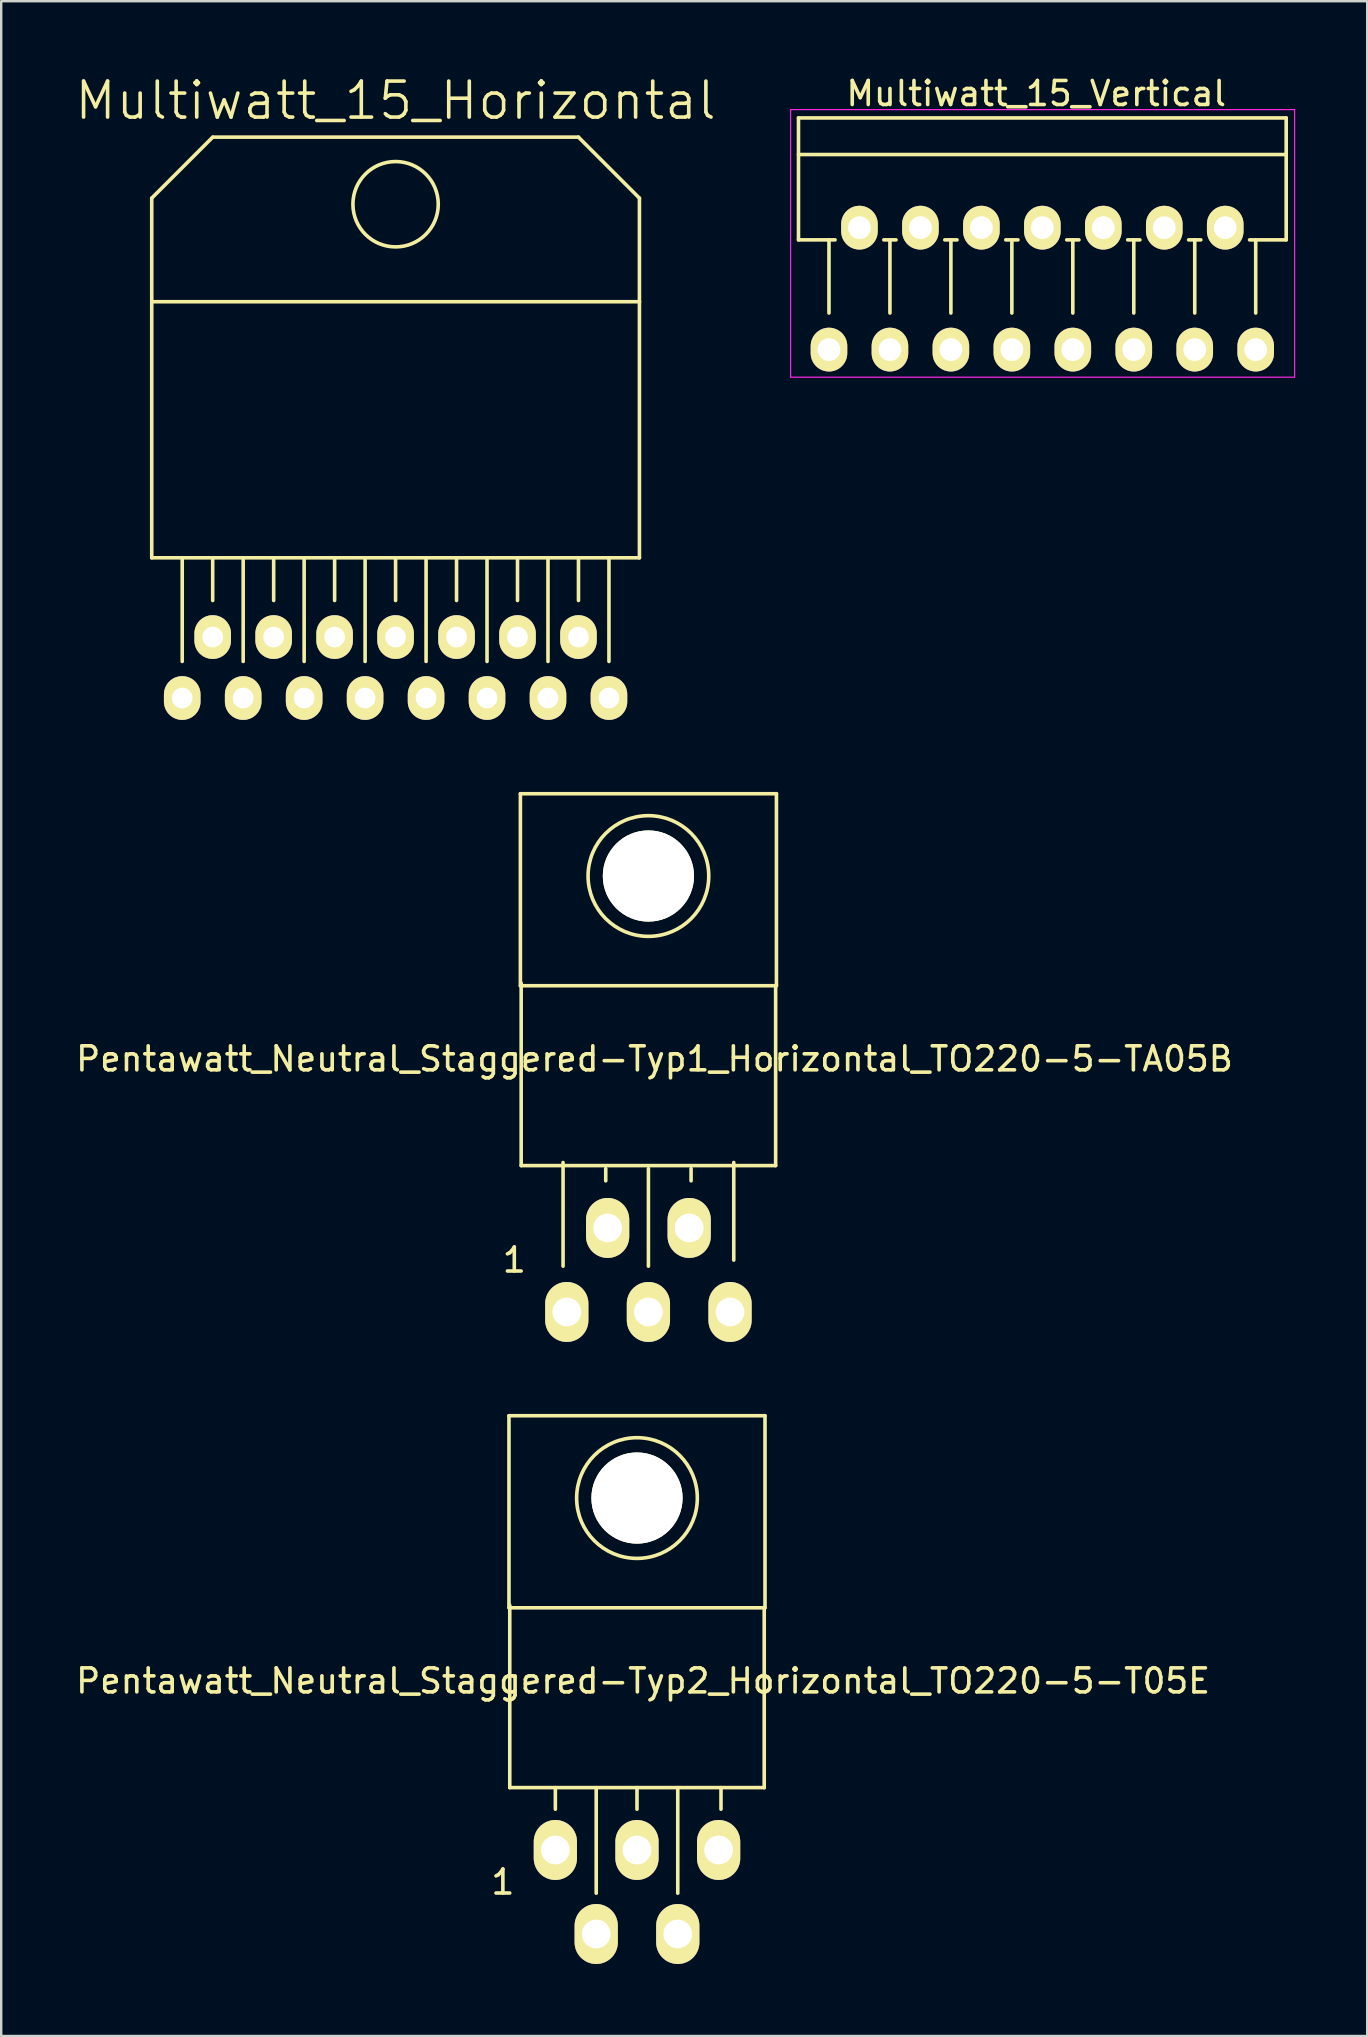
<source format=kicad_pcb>
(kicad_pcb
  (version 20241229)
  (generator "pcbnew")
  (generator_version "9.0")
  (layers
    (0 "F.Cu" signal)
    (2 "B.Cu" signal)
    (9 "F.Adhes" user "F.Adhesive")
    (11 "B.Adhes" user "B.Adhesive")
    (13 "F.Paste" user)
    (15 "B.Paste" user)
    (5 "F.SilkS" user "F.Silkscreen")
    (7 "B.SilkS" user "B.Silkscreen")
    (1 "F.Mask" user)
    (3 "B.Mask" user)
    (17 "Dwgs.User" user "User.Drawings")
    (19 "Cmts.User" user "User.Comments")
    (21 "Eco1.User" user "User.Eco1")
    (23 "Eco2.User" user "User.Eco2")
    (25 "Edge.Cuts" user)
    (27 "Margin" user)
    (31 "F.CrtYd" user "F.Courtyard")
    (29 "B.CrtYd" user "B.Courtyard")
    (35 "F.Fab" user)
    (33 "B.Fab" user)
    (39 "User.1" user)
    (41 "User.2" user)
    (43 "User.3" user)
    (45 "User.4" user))
  (footprint "Pentawatt_Neutral_Staggered-Typ1_Horizontal_TO220-5-TA05B"
    (layer "F.Cu")
    (at 23.966 50.213)
    (property "Reference" "Pentawatt_Neutral_Staggered-Typ1_Horizontal_TO220-5-TA05B" (at 0.254 -9.144 0) (layer "F.SilkS") (effects (font (size 1 1) (thickness 0.15))))
    (attr through_hole)
    (fp_line (start -5.334 -20.193) (end -5.334 -12.192) (stroke (width 0.15) (type solid)) (layer "F.SilkS"))
    (fp_line (start -5.301 -4.699) (end -5.301 -12.301) (stroke (width 0.15) (type solid)) (layer "F.SilkS"))
    (fp_line (start -5.301 -4.699) (end 5.301 -4.699) (stroke (width 0.15) (type solid)) (layer "F.SilkS"))
    (fp_line (start -3.556 -4.826) (end -3.556 -0.508) (stroke (width 0.15) (type solid)) (layer "F.SilkS"))
    (fp_line (start -1.778 -4.572) (end -1.778 -4.064) (stroke (width 0.15) (type solid)) (layer "F.SilkS"))
    (fp_line (start 0 -4.572) (end 0 -0.508) (stroke (width 0.15) (type solid)) (layer "F.SilkS"))
    (fp_line (start 1.778 -4.572) (end 1.778 -4.064) (stroke (width 0.15) (type solid)) (layer "F.SilkS"))
    (fp_line (start 3.556 -4.826) (end 3.556 -0.762) (stroke (width 0.15) (type solid)) (layer "F.SilkS"))
    (fp_line (start 5.301 -12.2) (end 5.301 -4.699) (stroke (width 0.15) (type solid)) (layer "F.SilkS"))
    (fp_line (start 5.334 -20.193) (end -5.334 -20.193) (stroke (width 0.15) (type solid)) (layer "F.SilkS"))
    (fp_line (start 5.334 -12.192) (end -5.334 -12.192) (stroke (width 0.15) (type solid)) (layer "F.SilkS"))
    (fp_line (start 5.334 -12.192) (end 5.334 -20.193) (stroke (width 0.15) (type solid)) (layer "F.SilkS"))
    (fp_circle (center 0 -16.764) (end 1.778 -14.986) (stroke (width 0.15) (type solid)) (fill no) (layer "F.SilkS"))
    (fp_text user "1" (at -5.588 -0.762 0) (layer "F.SilkS") (effects (font (size 1 1) (thickness 0.15))))
    (pad "" np_thru_hole circle (at 0 -16.764 90) (size 3.8 3.8) (drill 3.8) (layers "*.Cu" "*.Mask" "F.SilkS"))
    (pad "1" thru_hole oval (at -3.401 1.4 90) (size 2.499 1.801) (drill 1.199) (layers "*.Cu" "*.Mask" "F.SilkS"))
    (pad "2" thru_hole oval (at -1.699 -2.101 90) (size 2.499 1.801) (drill 1.199) (layers "*.Cu" "*.Mask" "F.SilkS"))
    (pad "3" thru_hole oval (at 0 1.4 90) (size 2.499 1.801) (drill 1.199) (layers "*.Cu" "*.Mask" "F.SilkS"))
    (pad "4" thru_hole oval (at 1.699 -2.101 90) (size 2.499 1.801) (drill 1.199) (layers "*.Cu" "*.Mask" "F.SilkS"))
    (pad "5" thru_hole oval (at 3.401 1.4 90) (size 2.499 1.801) (drill 1.199) (layers "*.Cu" "*.Mask" "F.SilkS")))
  (footprint "Pentawatt_Neutral_Staggered-Typ2_Horizontal_TO220-5-T05E"
    (layer "F.Cu")
    (at 23.49 76.13)
    (property "Reference" "Pentawatt_Neutral_Staggered-Typ2_Horizontal_TO220-5-T05E" (at 0.254 -9.144 0) (layer "F.SilkS") (effects (font (size 1 1) (thickness 0.15))))
    (attr through_hole)
    (fp_line (start -5.334 -20.193) (end -5.334 -12.192) (stroke (width 0.15) (type solid)) (layer "F.SilkS"))
    (fp_line (start -5.301 -4.699) (end -5.301 -12.301) (stroke (width 0.15) (type solid)) (layer "F.SilkS"))
    (fp_line (start -5.301 -4.699) (end 5.301 -4.699) (stroke (width 0.15) (type solid)) (layer "F.SilkS"))
    (fp_line (start -3.401 -3.8) (end -3.401 -4.699) (stroke (width 0.15) (type solid)) (layer "F.SilkS"))
    (fp_line (start -1.699 -0.3) (end -1.699 -4.699) (stroke (width 0.15) (type solid)) (layer "F.SilkS"))
    (fp_line (start 0 -3.8) (end 0 -4.699) (stroke (width 0.15) (type solid)) (layer "F.SilkS"))
    (fp_line (start 1.699 -0.3) (end 1.699 -4.699) (stroke (width 0.15) (type solid)) (layer "F.SilkS"))
    (fp_line (start 3.5 -3.8) (end 3.5 -4.699) (stroke (width 0.15) (type solid)) (layer "F.SilkS"))
    (fp_line (start 5.301 -12.2) (end 5.301 -4.699) (stroke (width 0.15) (type solid)) (layer "F.SilkS"))
    (fp_line (start 5.334 -20.193) (end -5.334 -20.193) (stroke (width 0.15) (type solid)) (layer "F.SilkS"))
    (fp_line (start 5.334 -12.192) (end -5.334 -12.192) (stroke (width 0.15) (type solid)) (layer "F.SilkS"))
    (fp_line (start 5.334 -12.192) (end 5.334 -20.193) (stroke (width 0.15) (type solid)) (layer "F.SilkS"))
    (fp_circle (center 0 -16.764) (end 1.778 -14.986) (stroke (width 0.15) (type solid)) (fill no) (layer "F.SilkS"))
    (fp_text user "1" (at -5.588 -0.762 0) (layer "F.SilkS") (effects (font (size 1 1) (thickness 0.15))))
    (pad "" np_thru_hole circle (at 0 -16.764 90) (size 3.8 3.8) (drill 3.8) (layers "*.Cu" "*.Mask" "F.SilkS"))
    (pad "1" thru_hole oval (at -3.401 -2.101 90) (size 2.499 1.801) (drill 1.199) (layers "*.Cu" "*.Mask" "F.SilkS"))
    (pad "2" thru_hole oval (at -1.699 1.4 90) (size 2.499 1.801) (drill 1.199) (layers "*.Cu" "*.Mask" "F.SilkS"))
    (pad "3" thru_hole oval (at 0 -2.101 90) (size 2.499 1.801) (drill 1.199) (layers "*.Cu" "*.Mask" "F.SilkS"))
    (pad "4" thru_hole oval (at 1.699 1.4 90) (size 2.499 1.801) (drill 1.199) (layers "*.Cu" "*.Mask" "F.SilkS"))
    (pad "5" thru_hole oval (at 3.401 -2.101 90) (size 2.499 1.801) (drill 1.199) (layers "*.Cu" "*.Mask" "F.SilkS")))
  (footprint "Multiwatt_15_Horizontal"
    (layer "F.Cu")
    (at 13.432 14.857)
    (property "Reference" "Multiwatt_15_Horizontal" (at 0 -13.716 0) (layer "F.SilkS") (effects (font (size 1.5 1.5) (thickness 0.15))))
    (attr through_hole)
    (fp_line (start -10.16 -9.652) (end -7.62 -12.192) (stroke (width 0.15) (type solid)) (layer "F.SilkS"))
    (fp_line (start -10.16 -5.334) (end -10.16 -9.652) (stroke (width 0.15) (type solid)) (layer "F.SilkS"))
    (fp_line (start -10.16 -5.334) (end -10.16 5.334) (stroke (width 0.15) (type solid)) (layer "F.SilkS"))
    (fp_line (start -10.16 5.334) (end 10.16 5.334) (stroke (width 0.15) (type solid)) (layer "F.SilkS"))
    (fp_line (start -8.89 9.652) (end -8.89 5.334) (stroke (width 0.15) (type solid)) (layer "F.SilkS"))
    (fp_line (start -7.62 -12.192) (end 7.62 -12.192) (stroke (width 0.15) (type solid)) (layer "F.SilkS"))
    (fp_line (start -7.62 7.112) (end -7.62 5.334) (stroke (width 0.15) (type solid)) (layer "F.SilkS"))
    (fp_line (start -6.35 9.652) (end -6.35 5.334) (stroke (width 0.15) (type solid)) (layer "F.SilkS"))
    (fp_line (start -5.08 7.112) (end -5.08 5.334) (stroke (width 0.15) (type solid)) (layer "F.SilkS"))
    (fp_line (start -3.81 9.652) (end -3.81 5.334) (stroke (width 0.15) (type solid)) (layer "F.SilkS"))
    (fp_line (start -2.54 7.112) (end -2.54 5.334) (stroke (width 0.15) (type solid)) (layer "F.SilkS"))
    (fp_line (start -1.27 9.652) (end -1.27 5.334) (stroke (width 0.15) (type solid)) (layer "F.SilkS"))
    (fp_line (start 0 7.112) (end 0 5.334) (stroke (width 0.15) (type solid)) (layer "F.SilkS"))
    (fp_line (start 1.27 9.652) (end 1.27 5.334) (stroke (width 0.15) (type solid)) (layer "F.SilkS"))
    (fp_line (start 2.54 7.112) (end 2.54 5.334) (stroke (width 0.15) (type solid)) (layer "F.SilkS"))
    (fp_line (start 3.81 9.652) (end 3.81 5.334) (stroke (width 0.15) (type solid)) (layer "F.SilkS"))
    (fp_line (start 5.08 7.112) (end 5.08 5.334) (stroke (width 0.15) (type solid)) (layer "F.SilkS"))
    (fp_line (start 6.35 9.652) (end 6.35 5.334) (stroke (width 0.15) (type solid)) (layer "F.SilkS"))
    (fp_line (start 7.62 7.112) (end 7.62 5.334) (stroke (width 0.15) (type solid)) (layer "F.SilkS"))
    (fp_line (start 8.89 9.652) (end 8.89 5.334) (stroke (width 0.15) (type solid)) (layer "F.SilkS"))
    (fp_line (start 10.16 -9.652) (end 7.62 -12.192) (stroke (width 0.15) (type solid)) (layer "F.SilkS"))
    (fp_line (start 10.16 -5.334) (end -10.16 -5.334) (stroke (width 0.15) (type solid)) (layer "F.SilkS"))
    (fp_line (start 10.16 -5.334) (end 10.16 -9.652) (stroke (width 0.15) (type solid)) (layer "F.SilkS"))
    (fp_line (start 10.16 5.334) (end 10.16 -5.334) (stroke (width 0.15) (type solid)) (layer "F.SilkS"))
    (fp_circle (center 0 -9.398) (end 0 -11.176) (stroke (width 0.15) (type solid)) (fill no) (layer "F.SilkS"))
    (pad "1" thru_hole oval (at -8.89 11.176) (size 1.524 1.824) (drill 0.864) (layers "*.Cu" "*.Mask" "F.SilkS"))
    (pad "2" thru_hole oval (at -7.62 8.636) (size 1.524 1.824) (drill 0.864) (layers "*.Cu" "*.Mask" "F.SilkS"))
    (pad "3" thru_hole oval (at -6.35 11.176) (size 1.524 1.824) (drill 0.864) (layers "*.Cu" "*.Mask" "F.SilkS"))
    (pad "4" thru_hole oval (at -5.08 8.636) (size 1.524 1.824) (drill 0.864) (layers "*.Cu" "*.Mask" "F.SilkS"))
    (pad "5" thru_hole oval (at -3.81 11.176) (size 1.524 1.824) (drill 0.864) (layers "*.Cu" "*.Mask" "F.SilkS"))
    (pad "6" thru_hole oval (at -2.54 8.636) (size 1.524 1.824) (drill 0.864) (layers "*.Cu" "*.Mask" "F.SilkS"))
    (pad "7" thru_hole oval (at -1.27 11.176) (size 1.524 1.824) (drill 0.864) (layers "*.Cu" "*.Mask" "F.SilkS"))
    (pad "8" thru_hole oval (at 0 8.636) (size 1.524 1.824) (drill 0.864) (layers "*.Cu" "*.Mask" "F.SilkS"))
    (pad "9" thru_hole oval (at 1.27 11.176) (size 1.524 1.824) (drill 0.864) (layers "*.Cu" "*.Mask" "F.SilkS"))
    (pad "10" thru_hole oval (at 2.54 8.636) (size 1.524 1.824) (drill 0.864) (layers "*.Cu" "*.Mask" "F.SilkS"))
    (pad "11" thru_hole oval (at 3.81 11.176) (size 1.524 1.824) (drill 0.864) (layers "*.Cu" "*.Mask" "F.SilkS"))
    (pad "12" thru_hole oval (at 5.08 8.636) (size 1.524 1.824) (drill 0.864) (layers "*.Cu" "*.Mask" "F.SilkS"))
    (pad "13" thru_hole oval (at 6.35 11.176) (size 1.524 1.824) (drill 0.864) (layers "*.Cu" "*.Mask" "F.SilkS"))
    (pad "14" thru_hole oval (at 7.62 8.636) (size 1.524 1.824) (drill 0.864) (layers "*.Cu" "*.Mask" "F.SilkS"))
    (pad "15" thru_hole oval (at 8.89 11.176) (size 1.524 1.824) (drill 0.864) (layers "*.Cu" "*.Mask" "F.SilkS")))
  (footprint "Multiwatt_15_Vertical"
    (layer "F.Cu")
    (at 31.489 11.516)
    (property "Reference" "Multiwatt_15_Vertical" (at 8.636 -10.668 0) (layer "F.SilkS") (effects (font (size 1 1) (thickness 0.15))))
    (attr through_hole)
    (fp_line (start -1.27 -9.652) (end -1.27 -4.572) (stroke (width 0.15) (type solid)) (layer "F.SilkS"))
    (fp_line (start -1.27 -9.652) (end 19.05 -9.652) (stroke (width 0.15) (type solid)) (layer "F.SilkS"))
    (fp_line (start -1.27 -4.572) (end 0.254 -4.572) (stroke (width 0.15) (type solid)) (layer "F.SilkS"))
    (fp_line (start 0 -1.524) (end 0 -4.572) (stroke (width 0.15) (type solid)) (layer "F.SilkS"))
    (fp_line (start 2.54 -1.524) (end 2.54 -4.572) (stroke (width 0.15) (type solid)) (layer "F.SilkS"))
    (fp_line (start 2.794 -4.572) (end 2.286 -4.572) (stroke (width 0.15) (type solid)) (layer "F.SilkS"))
    (fp_line (start 5.08 -1.524) (end 5.08 -4.572) (stroke (width 0.15) (type solid)) (layer "F.SilkS"))
    (fp_line (start 5.334 -4.572) (end 4.826 -4.572) (stroke (width 0.15) (type solid)) (layer "F.SilkS"))
    (fp_line (start 7.62 -1.524) (end 7.62 -4.572) (stroke (width 0.15) (type solid)) (layer "F.SilkS"))
    (fp_line (start 7.874 -4.572) (end 7.366 -4.572) (stroke (width 0.15) (type solid)) (layer "F.SilkS"))
    (fp_line (start 10.16 -1.524) (end 10.16 -4.572) (stroke (width 0.15) (type solid)) (layer "F.SilkS"))
    (fp_line (start 10.414 -4.572) (end 9.906 -4.572) (stroke (width 0.15) (type solid)) (layer "F.SilkS"))
    (fp_line (start 12.7 -1.524) (end 12.7 -4.572) (stroke (width 0.15) (type solid)) (layer "F.SilkS"))
    (fp_line (start 12.954 -4.572) (end 12.446 -4.572) (stroke (width 0.15) (type solid)) (layer "F.SilkS"))
    (fp_line (start 15.24 -1.524) (end 15.24 -4.572) (stroke (width 0.15) (type solid)) (layer "F.SilkS"))
    (fp_line (start 15.494 -4.572) (end 14.986 -4.572) (stroke (width 0.15) (type solid)) (layer "F.SilkS"))
    (fp_line (start 17.78 -1.524) (end 17.78 -4.572) (stroke (width 0.15) (type solid)) (layer "F.SilkS"))
    (fp_line (start 19.05 -9.652) (end 19.05 -4.572) (stroke (width 0.15) (type solid)) (layer "F.SilkS"))
    (fp_line (start 19.05 -8.128) (end -1.27 -8.128) (stroke (width 0.15) (type solid)) (layer "F.SilkS"))
    (fp_line (start 19.05 -4.572) (end 17.526 -4.572) (stroke (width 0.15) (type solid)) (layer "F.SilkS"))
    (fp_line (start -1.6 -10) (end 19.4 -10) (stroke (width 0.05) (type solid)) (layer "F.CrtYd"))
    (fp_line (start -1.6 1.15) (end -1.6 -10) (stroke (width 0.05) (type solid)) (layer "F.CrtYd"))
    (fp_line (start 19.4 -10) (end 19.4 1.15) (stroke (width 0.05) (type solid)) (layer "F.CrtYd"))
    (fp_line (start 19.4 1.15) (end -1.6 1.15) (stroke (width 0.05) (type solid)) (layer "F.CrtYd"))
    (pad "1" thru_hole oval (at 0 0) (size 1.524 1.824) (drill 0.95) (layers "*.Cu" "*.Mask" "F.SilkS"))
    (pad "2" thru_hole oval (at 1.27 -5.08) (size 1.524 1.824) (drill 0.95) (layers "*.Cu" "*.Mask" "F.SilkS"))
    (pad "3" thru_hole oval (at 2.54 0) (size 1.524 1.824) (drill 0.95) (layers "*.Cu" "*.Mask" "F.SilkS"))
    (pad "4" thru_hole oval (at 3.81 -5.08) (size 1.524 1.824) (drill 0.95) (layers "*.Cu" "*.Mask" "F.SilkS"))
    (pad "5" thru_hole oval (at 5.08 0) (size 1.524 1.824) (drill 0.95) (layers "*.Cu" "*.Mask" "F.SilkS"))
    (pad "6" thru_hole oval (at 6.35 -5.08) (size 1.524 1.824) (drill 0.95) (layers "*.Cu" "*.Mask" "F.SilkS"))
    (pad "7" thru_hole oval (at 7.62 0) (size 1.524 1.824) (drill 0.95) (layers "*.Cu" "*.Mask" "F.SilkS"))
    (pad "8" thru_hole oval (at 8.89 -5.08) (size 1.524 1.824) (drill 0.95) (layers "*.Cu" "*.Mask" "F.SilkS"))
    (pad "9" thru_hole oval (at 10.16 0) (size 1.524 1.824) (drill 0.95) (layers "*.Cu" "*.Mask" "F.SilkS"))
    (pad "10" thru_hole oval (at 11.43 -5.08) (size 1.524 1.824) (drill 0.95) (layers "*.Cu" "*.Mask" "F.SilkS"))
    (pad "11" thru_hole oval (at 12.7 0) (size 1.524 1.824) (drill 0.95) (layers "*.Cu" "*.Mask" "F.SilkS"))
    (pad "12" thru_hole oval (at 13.97 -5.08) (size 1.524 1.824) (drill 0.95) (layers "*.Cu" "*.Mask" "F.SilkS"))
    (pad "13" thru_hole oval (at 15.24 0) (size 1.524 1.824) (drill 0.95) (layers "*.Cu" "*.Mask" "F.SilkS"))
    (pad "14" thru_hole oval (at 16.51 -5.08) (size 1.524 1.824) (drill 0.95) (layers "*.Cu" "*.Mask" "F.SilkS"))
    (pad "15" thru_hole oval (at 17.78 0) (size 1.524 1.824) (drill 0.95) (layers "*.Cu" "*.Mask" "F.SilkS")))
  (gr_rect
    (start -3 -3)
    (end 53.914 81.779)
    (stroke (width 0.1) (type default))
    (fill no)
    (layer "Edge.Cuts")))
</source>
